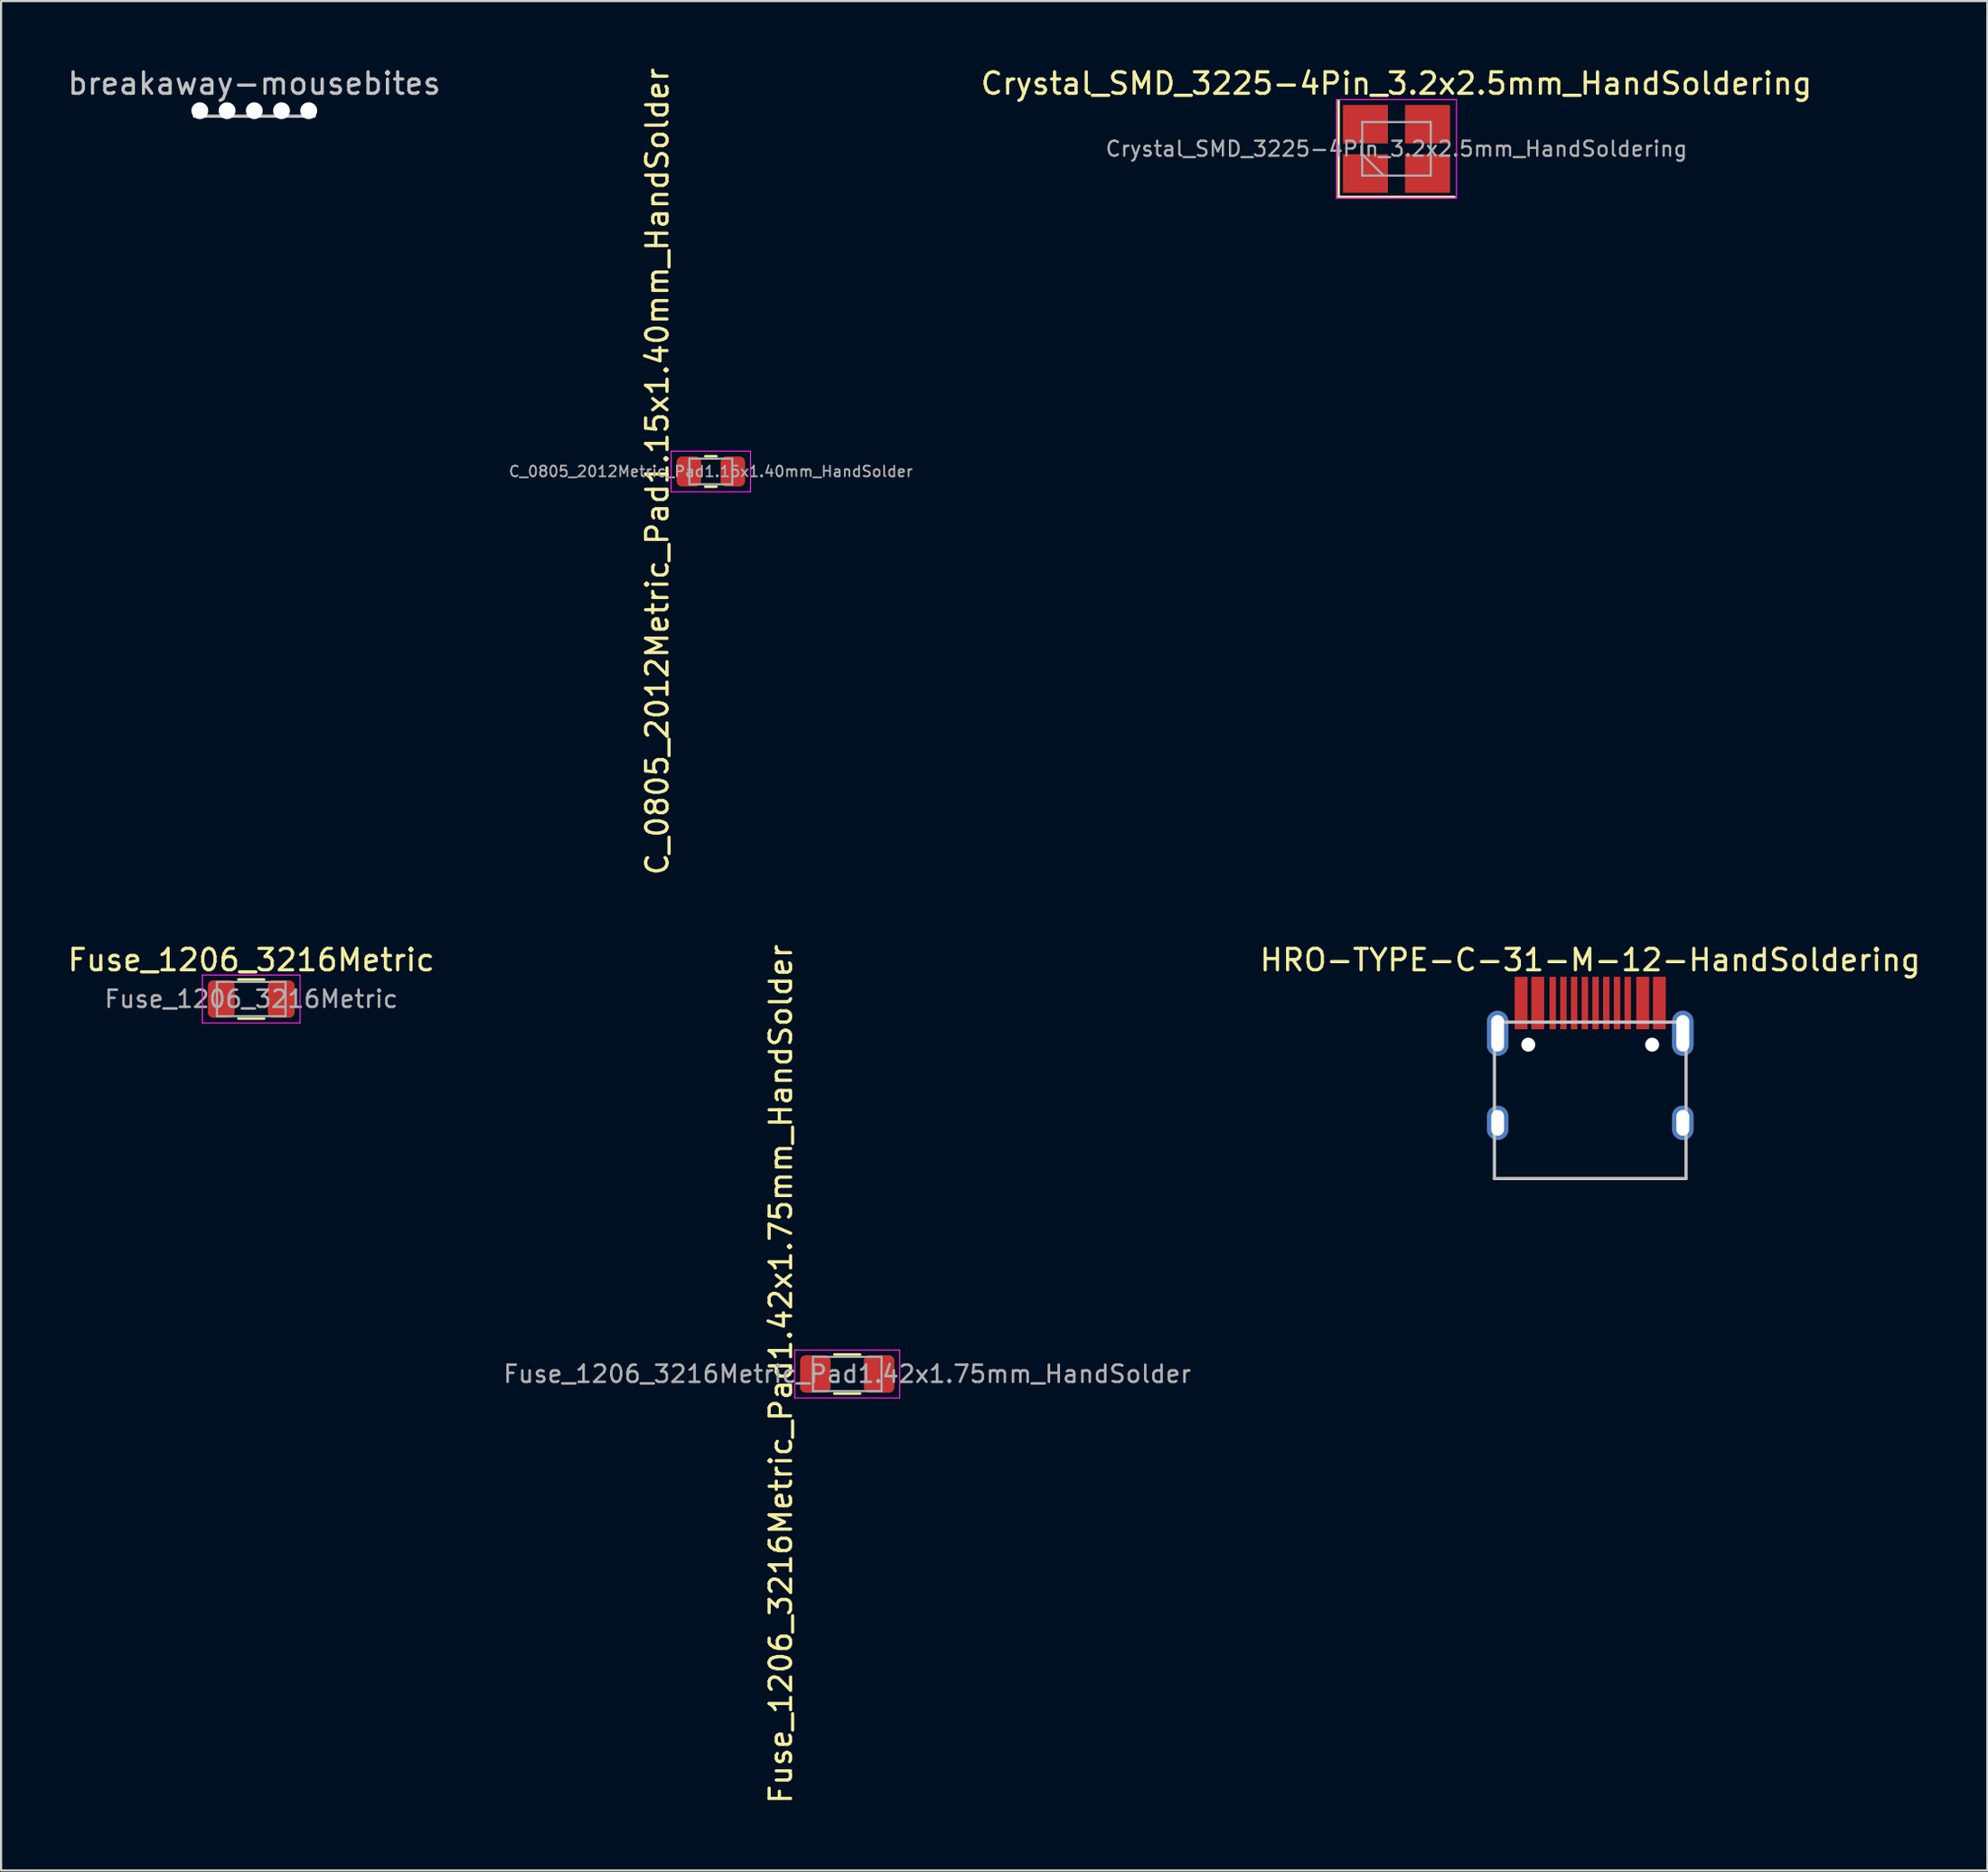
<source format=kicad_pcb>
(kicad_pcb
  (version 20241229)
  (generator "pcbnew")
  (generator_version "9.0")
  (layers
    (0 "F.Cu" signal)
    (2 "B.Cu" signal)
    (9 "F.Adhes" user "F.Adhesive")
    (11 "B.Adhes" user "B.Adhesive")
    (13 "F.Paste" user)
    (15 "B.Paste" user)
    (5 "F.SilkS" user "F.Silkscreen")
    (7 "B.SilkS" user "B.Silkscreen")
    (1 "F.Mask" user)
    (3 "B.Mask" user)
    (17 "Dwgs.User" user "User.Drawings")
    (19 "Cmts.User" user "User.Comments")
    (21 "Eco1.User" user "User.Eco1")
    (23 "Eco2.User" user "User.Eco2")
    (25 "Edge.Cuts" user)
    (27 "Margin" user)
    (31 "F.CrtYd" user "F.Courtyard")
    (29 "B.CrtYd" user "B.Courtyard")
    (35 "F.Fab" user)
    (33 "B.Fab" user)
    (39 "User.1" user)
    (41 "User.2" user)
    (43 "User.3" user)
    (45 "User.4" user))
  (footprint "HRO-TYPE-C-31-M-12-HandSoldering"
    (layer "F.Cu")
    (at 71.151 51.965)
    (property "Reference" "HRO-TYPE-C-31-M-12-HandSoldering" (at 0 -10.2 0) (layer "F.SilkS") (effects (font (size 1 1) (thickness 0.15))))
    (attr smd)
    (fp_line (start -4.47 -7.3) (end 4.47 -7.3) (stroke (width 0.15) (type solid)) (layer "Dwgs.User"))
    (fp_line (start -4.47 0) (end -4.47 -7.3) (stroke (width 0.15) (type solid)) (layer "Dwgs.User"))
    (fp_line (start -4.47 0) (end 4.47 0) (stroke (width 0.15) (type solid)) (layer "Dwgs.User"))
    (fp_line (start 4.47 0) (end 4.47 -7.3) (stroke (width 0.15) (type solid)) (layer "Dwgs.User"))
    (pad "" np_thru_hole circle (at -2.89 -6.25) (size 0.65 0.65) (drill 0.65) (layers "*.Cu" "*.Mask"))
    (pad "" np_thru_hole circle (at 2.89 -6.25) (size 0.65 0.65) (drill 0.65) (layers "*.Cu" "*.Mask"))
    (pad "1" smd rect (at -3.225 -8.195) (size 0.6 2.45) (layers "F.Cu" "F.Mask" "F.Paste"))
    (pad "2" smd rect (at -2.45 -8.195) (size 0.6 2.45) (layers "F.Cu" "F.Mask" "F.Paste"))
    (pad "3" smd rect (at -1.75 -8.195) (size 0.3 2.45) (layers "F.Cu" "F.Mask" "F.Paste"))
    (pad "4" smd rect (at -1.25 -8.195) (size 0.3 2.45) (layers "F.Cu" "F.Mask" "F.Paste"))
    (pad "5" smd rect (at -0.75 -8.195) (size 0.3 2.45) (layers "F.Cu" "F.Mask" "F.Paste"))
    (pad "6" smd rect (at -0.25 -8.195) (size 0.3 2.45) (layers "F.Cu" "F.Mask" "F.Paste"))
    (pad "7" smd rect (at 0.25 -8.195) (size 0.3 2.45) (layers "F.Cu" "F.Mask" "F.Paste"))
    (pad "8" smd rect (at 0.75 -8.195) (size 0.3 2.45) (layers "F.Cu" "F.Mask" "F.Paste"))
    (pad "9" smd rect (at 1.25 -8.195) (size 0.3 2.45) (layers "F.Cu" "F.Mask" "F.Paste"))
    (pad "10" smd rect (at 1.75 -8.195) (size 0.3 2.45) (layers "F.Cu" "F.Mask" "F.Paste"))
    (pad "11" smd rect (at 2.45 -8.195) (size 0.6 2.45) (layers "F.Cu" "F.Mask" "F.Paste"))
    (pad "12" smd rect (at 3.225 -8.195) (size 0.6 2.45) (layers "F.Cu" "F.Mask" "F.Paste"))
    (pad "13" thru_hole oval (at -4.32 -6.78) (size 1 2.1) (drill oval 0.6 1.7) (layers "*.Cu" "B.Mask"))
    (pad "13" thru_hole oval (at -4.32 -2.6) (size 1 1.6) (drill oval 0.6 1.2) (layers "*.Cu" "B.Mask"))
    (pad "13" thru_hole oval (at 4.32 -6.78) (size 1 2.1) (drill oval 0.6 1.7) (layers "*.Cu" "B.Mask"))
    (pad "13" thru_hole oval (at 4.32 -2.6) (size 1 1.6) (drill oval 0.6 1.2) (layers "*.Cu" "B.Mask")))
  (footprint "Fuse_1206_3216Metric"
    (layer "F.Cu")
    (at 8.673 43.585)
    (property "Reference" "Fuse_1206_3216Metric" (at 0 -1.82 0) (layer "F.SilkS") (effects (font (size 1 1) (thickness 0.15))))
    (attr smd)
    (fp_line (start -0.602 -0.91) (end 0.602 -0.91) (stroke (width 0.12) (type solid)) (layer "F.SilkS"))
    (fp_line (start -0.602 0.91) (end 0.602 0.91) (stroke (width 0.12) (type solid)) (layer "F.SilkS"))
    (fp_line (start -2.28 -1.12) (end 2.28 -1.12) (stroke (width 0.05) (type solid)) (layer "F.CrtYd"))
    (fp_line (start -2.28 1.12) (end -2.28 -1.12) (stroke (width 0.05) (type solid)) (layer "F.CrtYd"))
    (fp_line (start 2.28 -1.12) (end 2.28 1.12) (stroke (width 0.05) (type solid)) (layer "F.CrtYd"))
    (fp_line (start 2.28 1.12) (end -2.28 1.12) (stroke (width 0.05) (type solid)) (layer "F.CrtYd"))
    (fp_line (start -1.6 -0.8) (end 1.6 -0.8) (stroke (width 0.1) (type solid)) (layer "F.Fab"))
    (fp_line (start -1.6 0.8) (end -1.6 -0.8) (stroke (width 0.1) (type solid)) (layer "F.Fab"))
    (fp_line (start 1.6 -0.8) (end 1.6 0.8) (stroke (width 0.1) (type solid)) (layer "F.Fab"))
    (fp_line (start 1.6 0.8) (end -1.6 0.8) (stroke (width 0.1) (type solid)) (layer "F.Fab"))
    (fp_text user "${REFERENCE}" (at 0 0 0) (layer "F.Fab") (effects (font (size 0.8 0.8) (thickness 0.12))))
    (pad "1" smd roundrect (at -1.4 0) (size 1.25 1.75) (layers "F.Cu" "F.Mask" "F.Paste") (roundrect_rratio 0.2))
    (pad "2" smd roundrect (at 1.4 0) (size 1.25 1.75) (layers "F.Cu" "F.Mask" "F.Paste") (roundrect_rratio 0.2)))
  (footprint "C_0805_2012Metric_Pad1.15x1.40mm_HandSolder"
    (layer "F.Cu")
    (at 30.118 18.958)
    (property "Reference" "C_0805_2012Metric_Pad1.15x1.40mm_HandSolder" (at -2.5 0 90) (layer "F.SilkS") (effects (font (size 1 1) (thickness 0.15))))
    (attr smd)
    (fp_line (start -0.261 -0.71) (end 0.261 -0.71) (stroke (width 0.12) (type solid)) (layer "F.SilkS"))
    (fp_line (start -0.261 0.71) (end 0.261 0.71) (stroke (width 0.12) (type solid)) (layer "F.SilkS"))
    (fp_line (start -1.85 -0.95) (end 1.85 -0.95) (stroke (width 0.05) (type solid)) (layer "F.CrtYd"))
    (fp_line (start -1.85 0.95) (end -1.85 -0.95) (stroke (width 0.05) (type solid)) (layer "F.CrtYd"))
    (fp_line (start 1.85 -0.95) (end 1.85 0.95) (stroke (width 0.05) (type solid)) (layer "F.CrtYd"))
    (fp_line (start 1.85 0.95) (end -1.85 0.95) (stroke (width 0.05) (type solid)) (layer "F.CrtYd"))
    (fp_line (start -1 -0.6) (end 1 -0.6) (stroke (width 0.1) (type solid)) (layer "F.Fab"))
    (fp_line (start -1 0.6) (end -1 -0.6) (stroke (width 0.1) (type solid)) (layer "F.Fab"))
    (fp_line (start 1 -0.6) (end 1 0.6) (stroke (width 0.1) (type solid)) (layer "F.Fab"))
    (fp_line (start 1 0.6) (end -1 0.6) (stroke (width 0.1) (type solid)) (layer "F.Fab"))
    (fp_text user "${REFERENCE}" (at 0 0 180) (layer "F.Fab") (effects (font (size 0.5 0.5) (thickness 0.08))))
    (pad "1" smd roundrect (at -1.025 0) (size 1.15 1.4) (layers "F.Cu" "F.Mask" "F.Paste") (roundrect_rratio 0.217))
    (pad "2" smd roundrect (at 1.025 0) (size 1.15 1.4) (layers "F.Cu" "F.Mask" "F.Paste") (roundrect_rratio 0.217)))
  (footprint "Fuse_1206_3216Metric_Pad1.42x1.75mm_HandSolder"
    (layer "F.Cu")
    (at 36.483 61.089)
    (property "Reference" "Fuse_1206_3216Metric_Pad1.42x1.75mm_HandSolder" (at -3.1 0 90) (layer "F.SilkS") (effects (font (size 1 1) (thickness 0.15))))
    (attr smd)
    (fp_line (start -0.602 -0.91) (end 0.602 -0.91) (stroke (width 0.12) (type solid)) (layer "F.SilkS"))
    (fp_line (start -0.602 0.91) (end 0.602 0.91) (stroke (width 0.12) (type solid)) (layer "F.SilkS"))
    (fp_line (start -2.45 -1.12) (end 2.45 -1.12) (stroke (width 0.05) (type solid)) (layer "F.CrtYd"))
    (fp_line (start -2.45 1.12) (end -2.45 -1.12) (stroke (width 0.05) (type solid)) (layer "F.CrtYd"))
    (fp_line (start 2.45 -1.12) (end 2.45 1.12) (stroke (width 0.05) (type solid)) (layer "F.CrtYd"))
    (fp_line (start 2.45 1.12) (end -2.45 1.12) (stroke (width 0.05) (type solid)) (layer "F.CrtYd"))
    (fp_line (start -1.6 -0.8) (end 1.6 -0.8) (stroke (width 0.1) (type solid)) (layer "F.Fab"))
    (fp_line (start -1.6 0.8) (end -1.6 -0.8) (stroke (width 0.1) (type solid)) (layer "F.Fab"))
    (fp_line (start 1.6 -0.8) (end 1.6 0.8) (stroke (width 0.1) (type solid)) (layer "F.Fab"))
    (fp_line (start 1.6 0.8) (end -1.6 0.8) (stroke (width 0.1) (type solid)) (layer "F.Fab"))
    (fp_text user "${REFERENCE}" (at 0 0 180) (layer "F.Fab") (effects (font (size 0.8 0.8) (thickness 0.12))))
    (pad "1" smd roundrect (at -1.488 0) (size 1.425 1.75) (layers "F.Cu" "F.Mask" "F.Paste") (roundrect_rratio 0.175))
    (pad "2" smd roundrect (at 1.488 0) (size 1.425 1.75) (layers "F.Cu" "F.Mask" "F.Paste") (roundrect_rratio 0.175)))
  (footprint "Crystal_SMD_3225-4Pin_3.2x2.5mm_HandSoldering"
    (layer "F.Cu")
    (at 62.11 3.898)
    (property "Reference" "Crystal_SMD_3225-4Pin_3.2x2.5mm_HandSoldering" (at 0 -3.05 0) (layer "F.SilkS") (effects (font (size 1 1) (thickness 0.15))))
    (attr smd)
    (fp_line (start -2.7 -2.25) (end -2.7 2.25) (stroke (width 0.12) (type solid)) (layer "F.SilkS"))
    (fp_line (start -2.7 2.25) (end 2.7 2.25) (stroke (width 0.12) (type solid)) (layer "F.SilkS"))
    (fp_line (start -2.8 -2.3) (end -2.8 2.3) (stroke (width 0.05) (type solid)) (layer "F.CrtYd"))
    (fp_line (start -2.8 2.3) (end 2.8 2.3) (stroke (width 0.05) (type solid)) (layer "F.CrtYd"))
    (fp_line (start 2.8 -2.3) (end -2.8 -2.3) (stroke (width 0.05) (type solid)) (layer "F.CrtYd"))
    (fp_line (start 2.8 2.3) (end 2.8 -2.3) (stroke (width 0.05) (type solid)) (layer "F.CrtYd"))
    (fp_line (start -1.6 -1.25) (end -1.6 1.25) (stroke (width 0.1) (type solid)) (layer "F.Fab"))
    (fp_line (start -1.6 0.25) (end -0.6 1.25) (stroke (width 0.1) (type solid)) (layer "F.Fab"))
    (fp_line (start -1.6 1.25) (end 1.6 1.25) (stroke (width 0.1) (type solid)) (layer "F.Fab"))
    (fp_line (start 1.6 -1.25) (end -1.6 -1.25) (stroke (width 0.1) (type solid)) (layer "F.Fab"))
    (fp_line (start 1.6 1.25) (end 1.6 -1.25) (stroke (width 0.1) (type solid)) (layer "F.Fab"))
    (fp_text user "${REFERENCE}" (at 0 0 0) (layer "F.Fab") (effects (font (size 0.7 0.7) (thickness 0.105))))
    (pad "1" smd rect (at -1.45 1.15) (size 2.1 1.8) (layers "F.Cu" "F.Mask" "F.Paste"))
    (pad "2" smd rect (at 1.45 1.15) (size 2.1 1.8) (layers "F.Cu" "F.Mask" "F.Paste"))
    (pad "3" smd rect (at 1.45 -1.15) (size 2.1 1.8) (layers "F.Cu" "F.Mask" "F.Paste"))
    (pad "4" smd rect (at -1.45 -1.15) (size 2.1 1.8) (layers "F.Cu" "F.Mask" "F.Paste")))
  (footprint "breakaway-mousebites"
    (layer "F.Cu")
    (at 8.815 2.372)
    (property "Reference" "breakaway-mousebites" (at 0 -1.524 0) (layer "Dwgs.User") (effects (font (size 1 1) (thickness 0.15))))
    (attr exclude_from_pos_files exclude_from_bom)
    (fp_line (start -2.794 0) (end 2.794 0) (stroke (width 0.15) (type solid)) (layer "Dwgs.User"))
    (fp_line (start -2.286 0) (end -2.794 0) (stroke (width 0.15) (type solid)) (layer "B.CrtYd"))
    (fp_line (start -1.016 0) (end -1.524 0) (stroke (width 0.15) (type solid)) (layer "B.CrtYd"))
    (fp_line (start 0.254 0) (end -0.254 0) (stroke (width 0.15) (type solid)) (layer "B.CrtYd"))
    (fp_line (start 1.016 0) (end 1.524 0) (stroke (width 0.15) (type solid)) (layer "B.CrtYd"))
    (fp_line (start 2.286 0) (end 2.794 0) (stroke (width 0.15) (type solid)) (layer "B.CrtYd"))
    (pad "" np_thru_hole circle (at -2.54 -0.254) (size 0.787 0.787) (drill 0.787) (layers "*.Cu" "*.Mask"))
    (pad "" np_thru_hole circle (at -1.27 -0.254) (size 0.787 0.787) (drill 0.787) (layers "*.Cu" "*.Mask"))
    (pad "" np_thru_hole circle (at 0 -0.254) (size 0.787 0.787) (drill 0.787) (layers "*.Cu" "*.Mask"))
    (pad "" np_thru_hole circle (at 1.27 -0.254) (size 0.787 0.787) (drill 0.787) (layers "*.Cu" "*.Mask"))
    (pad "" np_thru_hole circle (at 2.54 -0.254) (size 0.787 0.787) (drill 0.787) (layers "*.Cu" "*.Mask")))
  (gr_rect
    (start -3 -3)
    (end 89.681 84.262)
    (stroke (width 0.1) (type default))
    (fill no)
    (layer "Edge.Cuts")))
</source>
